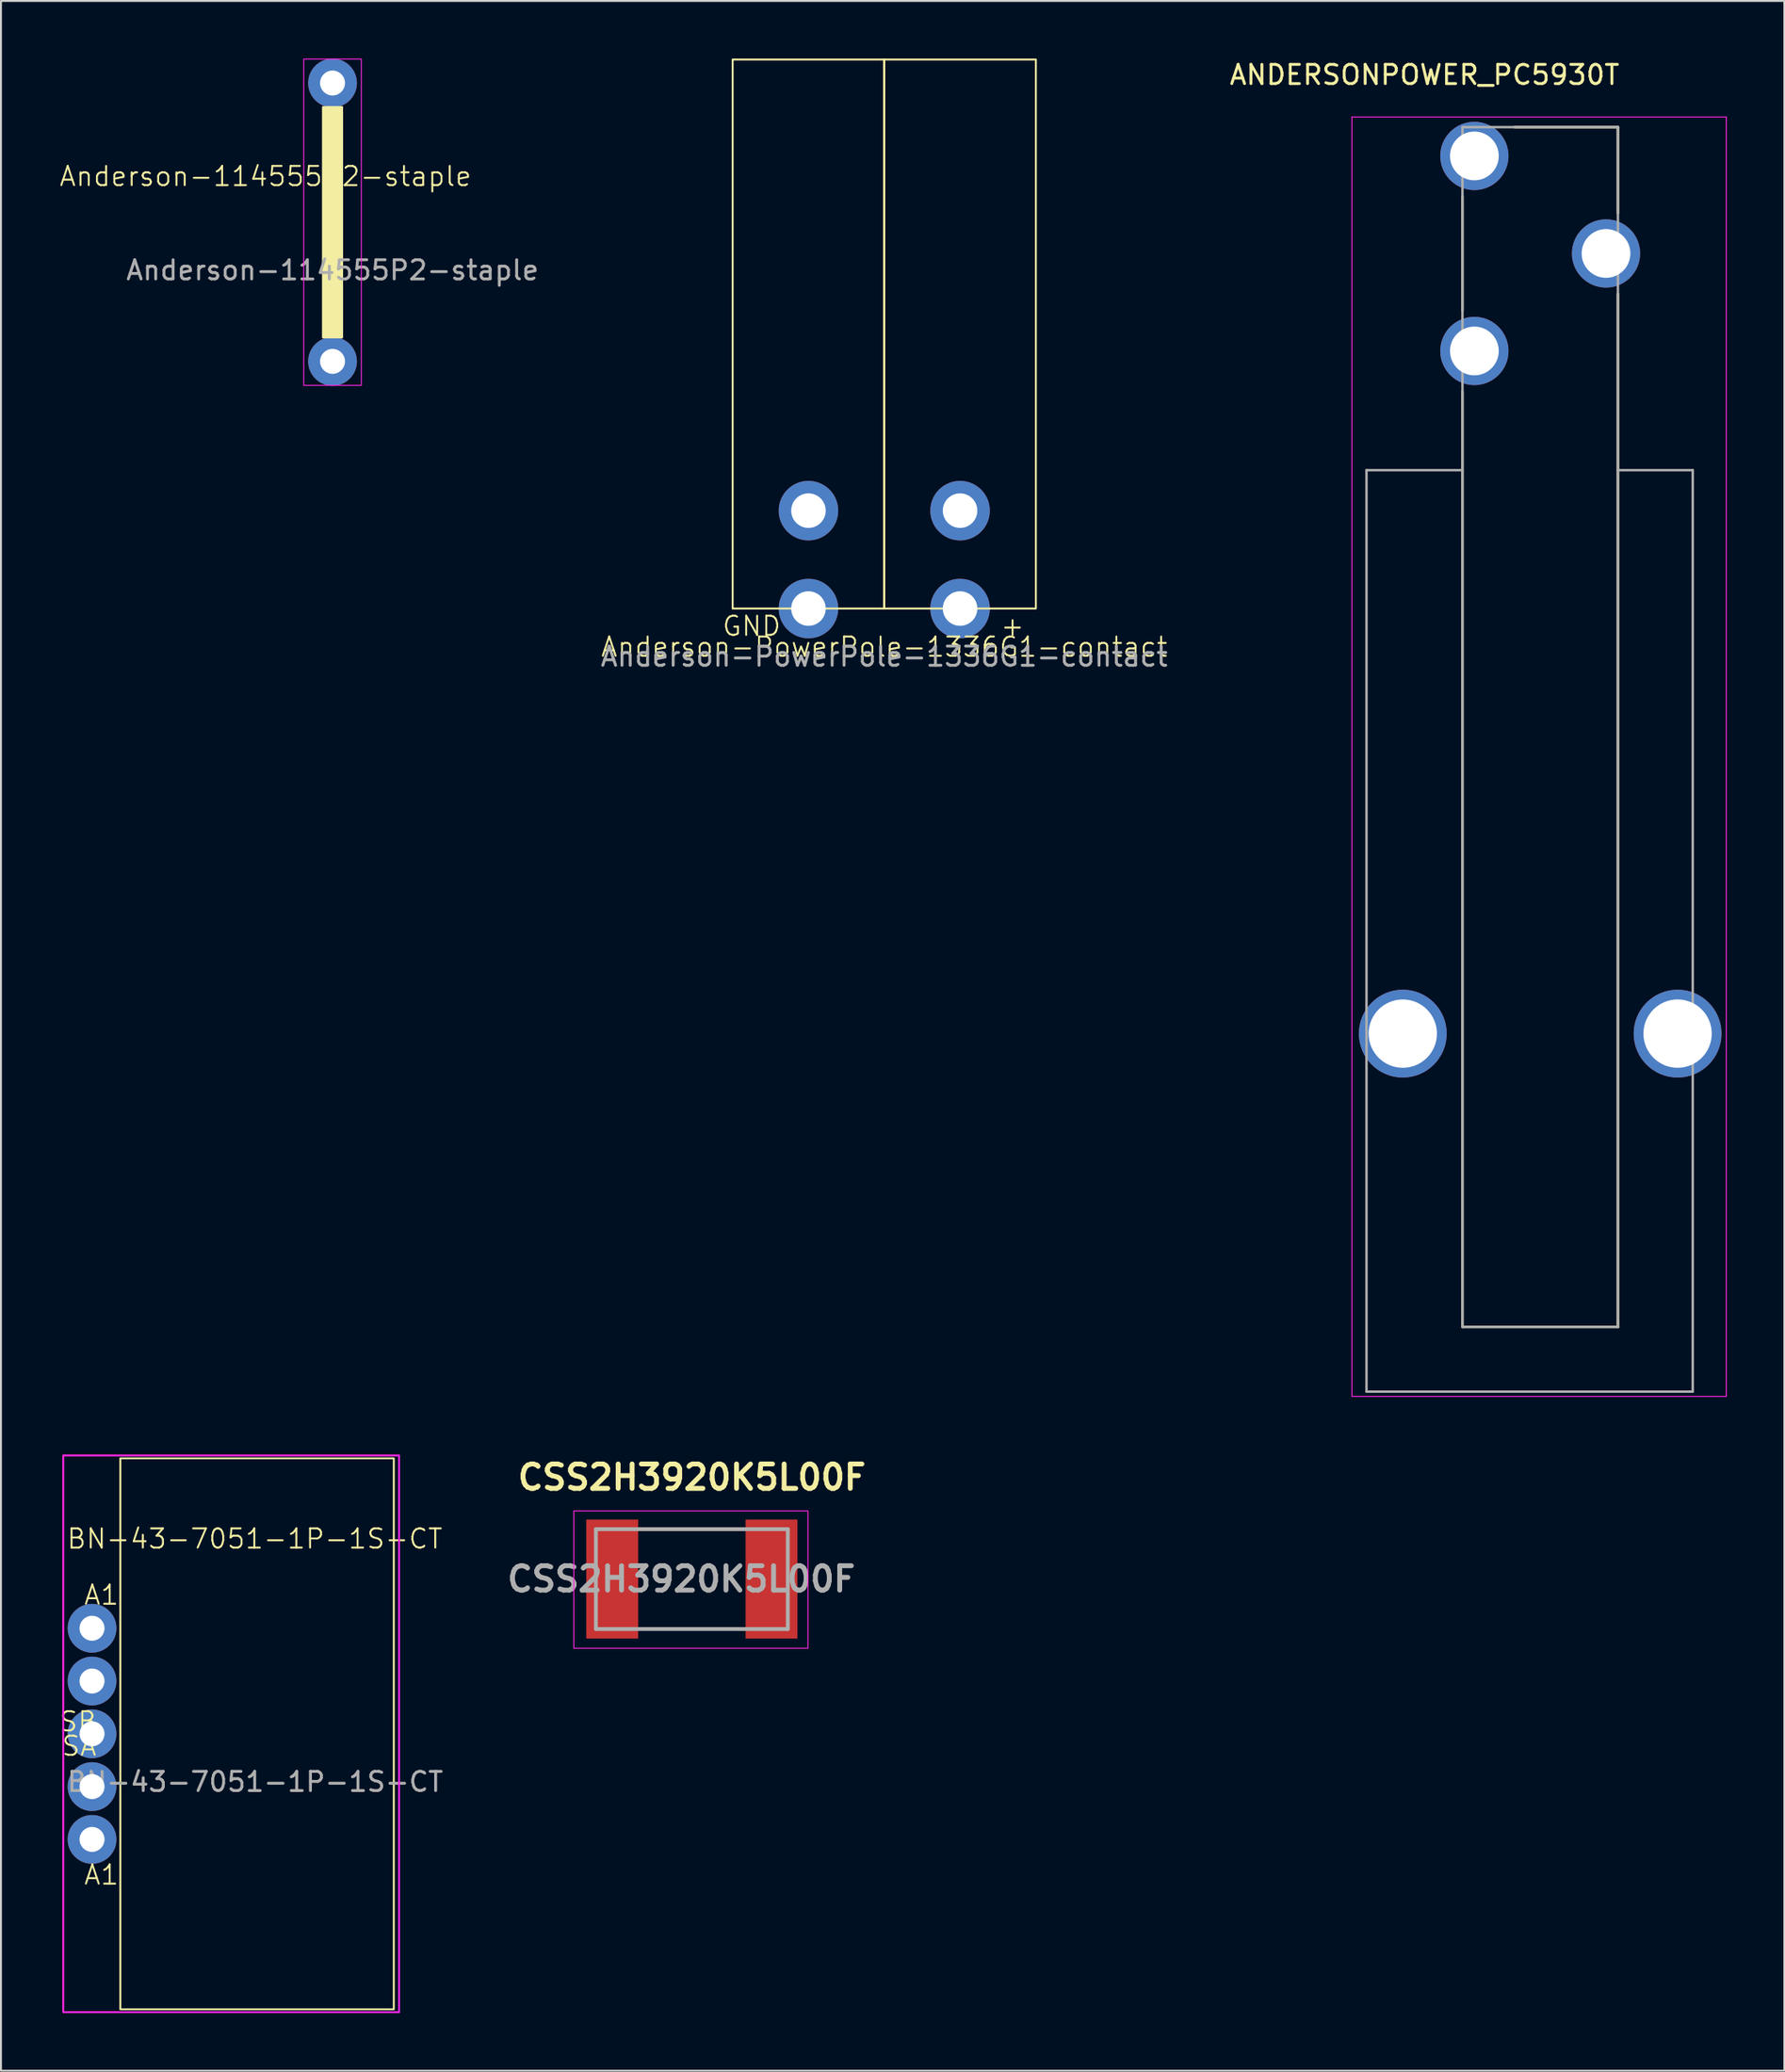
<source format=kicad_pcb>
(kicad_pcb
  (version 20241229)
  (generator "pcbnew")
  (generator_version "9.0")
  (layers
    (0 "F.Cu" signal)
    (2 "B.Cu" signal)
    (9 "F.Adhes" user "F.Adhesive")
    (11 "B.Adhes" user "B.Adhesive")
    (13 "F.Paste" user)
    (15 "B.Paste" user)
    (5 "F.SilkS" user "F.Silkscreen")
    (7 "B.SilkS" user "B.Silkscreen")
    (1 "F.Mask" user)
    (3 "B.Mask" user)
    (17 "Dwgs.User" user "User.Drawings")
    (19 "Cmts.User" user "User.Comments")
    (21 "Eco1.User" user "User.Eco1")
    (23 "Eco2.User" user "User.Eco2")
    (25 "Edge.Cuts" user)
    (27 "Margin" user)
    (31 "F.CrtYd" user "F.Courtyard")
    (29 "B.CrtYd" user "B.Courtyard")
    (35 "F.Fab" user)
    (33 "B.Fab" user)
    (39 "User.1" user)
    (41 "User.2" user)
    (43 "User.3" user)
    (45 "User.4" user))
  (footprint "BN-43-7051-1P-1S-CT"
    (layer "F.Cu")
    (at 10.246 87.268)
    (property "Reference" "BN-43-7051-1P-1S-CT" (at -0.02 -10.16 0) (unlocked yes) (layer "F.SilkS") (effects (font (size 1 1) (thickness 0.1))))
    (attr through_hole)
    (fp_rect (start -7.025 -14.35) (end 7.225 14.35) (stroke (width 0.1) (type solid)) (fill no) (layer "F.SilkS"))
    (fp_rect (start -10 -14.5) (end 7.5 14.5) (stroke (width 0.1) (type solid)) (fill no) (layer "F.CrtYd"))
    (fp_text user "SB" (at -9.22 -0.05 0) (unlocked yes) (layer "F.SilkS") (effects (font (size 1 1) (thickness 0.1)) (justify bottom)))
    (fp_text user "A1" (at -8.01 -6.65 0) (unlocked yes) (layer "F.SilkS") (effects (font (size 1 1) (thickness 0.1)) (justify bottom)))
    (fp_text user "SA" (at -9.17 1.22 0) (unlocked yes) (layer "F.SilkS") (effects (font (size 1 1) (thickness 0.1)) (justify bottom)))
    (fp_text user "A1" (at -8.01 7.93 0) (unlocked yes) (layer "F.SilkS") (effects (font (size 1 1) (thickness 0.1)) (justify bottom)))
    (fp_text user "${REFERENCE}" (at 0 2.5 0) (unlocked yes) (layer "F.Fab") (effects (font (size 1 1) (thickness 0.15))))
    (pad "1" thru_hole circle (at -8.5 5.5) (size 2.54 2.54) (drill 1.3) (layers "*.Cu" "*.Mask"))
    (pad "2" thru_hole circle (at -8.5 -5.5) (size 2.54 2.54) (drill 1.3) (layers "*.Cu" "*.Mask"))
    (pad "3" thru_hole circle (at -8.5 2.75) (size 2.54 2.54) (drill 1.3) (layers "*.Cu" "*.Mask"))
    (pad "4" thru_hole circle (at -8.5 0) (size 2.54 2.54) (drill 1.3) (layers "*.Cu" "*.Mask"))
    (pad "5" thru_hole circle (at -8.5 -2.75) (size 2.54 2.54) (drill 1.3) (layers "*.Cu" "*.Mask")))
  (footprint "CSS2H3920K5L00F"
    (layer "F.Cu")
    (at 33.002 79.207)
    (property "Reference" "CSS2H3920K5L00F" (at 0 -5.3 0) (layer "F.SilkS") (effects (font (size 1.27 1.27) (thickness 0.254))))
    (attr smd)
    (fp_line (start -2.25 -2.6) (end -2.25 -2.6) (stroke (width 0.1) (type solid)) (layer "F.SilkS"))
    (fp_line (start -2.25 -2.6) (end 2.25 -2.6) (stroke (width 0.1) (type solid)) (layer "F.SilkS"))
    (fp_line (start -2.25 2.6) (end -2.25 2.6) (stroke (width 0.1) (type solid)) (layer "F.SilkS"))
    (fp_line (start -2.25 2.6) (end 2.25 2.6) (stroke (width 0.1) (type solid)) (layer "F.SilkS"))
    (fp_line (start 2.25 -2.6) (end -2.25 -2.6) (stroke (width 0.1) (type solid)) (layer "F.SilkS"))
    (fp_line (start 2.25 -2.6) (end 2.25 -2.6) (stroke (width 0.1) (type solid)) (layer "F.SilkS"))
    (fp_line (start 2.25 2.6) (end -2.25 2.6) (stroke (width 0.1) (type solid)) (layer "F.SilkS"))
    (fp_line (start 2.25 2.6) (end 2.25 2.6) (stroke (width 0.1) (type solid)) (layer "F.SilkS"))
    (fp_rect (start -6.15 -3.55) (end 6.05 3.6) (stroke (width 0.05) (type default)) (fill no) (layer "F.CrtYd"))
    (fp_line (start -5 -2.6) (end -5 2.6) (stroke (width 0.2) (type solid)) (layer "F.Fab"))
    (fp_line (start -5 2.6) (end 5 2.6) (stroke (width 0.2) (type solid)) (layer "F.Fab"))
    (fp_line (start 5 -2.6) (end -5 -2.6) (stroke (width 0.2) (type solid)) (layer "F.Fab"))
    (fp_line (start 5 2.6) (end 5 -2.6) (stroke (width 0.2) (type solid)) (layer "F.Fab"))
    (fp_text user "${REFERENCE}" (at -0.55 0 0) (layer "F.Fab") (effects (font (size 1.27 1.27) (thickness 0.254))))
    (pad "1" smd rect (at -4.15 0) (size 2.7 6.2) (layers "F.Cu" "F.Mask" "F.Paste"))
    (pad "2" smd rect (at 4.15 0) (size 2.7 6.2) (layers "F.Cu" "F.Mask" "F.Paste")))
  (footprint "ANDERSONPOWER_PC5930T"
    (layer "F.Cu")
    (at 77.208 34.823)
    (property "Reference" "ANDERSONPOWER_PC5930T" (at -6.025 -33.975 0) (layer "F.SilkS") (effects (font (size 1 1) (thickness 0.15))))
    (attr through_hole)
    (fp_line (start -4.05 -27.652) (end -4.05 -21.688) (stroke (width 0.127) (type solid)) (layer "F.SilkS"))
    (fp_line (start -4.05 31.25) (end -4.05 -17.492) (stroke (width 0.127) (type solid)) (layer "F.SilkS"))
    (fp_line (start -1.332 -31.25) (end 4.05 -31.25) (stroke (width 0.127) (type solid)) (layer "F.SilkS"))
    (fp_line (start 4.05 -31.25) (end 4.05 -26.768) (stroke (width 0.127) (type solid)) (layer "F.SilkS"))
    (fp_line (start 4.05 -22.572) (end 4.05 31.25) (stroke (width 0.127) (type solid)) (layer "F.SilkS"))
    (fp_line (start 4.05 31.25) (end -4.05 31.25) (stroke (width 0.127) (type solid)) (layer "F.SilkS"))
    (fp_line (start -9.81 -31.778) (end -9.81 34.87) (stroke (width 0.05) (type solid)) (layer "F.CrtYd"))
    (fp_line (start -9.81 34.87) (end 9.698 34.87) (stroke (width 0.05) (type solid)) (layer "F.CrtYd"))
    (fp_line (start 9.698 -31.778) (end -9.81 -31.778) (stroke (width 0.05) (type solid)) (layer "F.CrtYd"))
    (fp_line (start 9.698 34.87) (end 9.698 -31.778) (stroke (width 0.05) (type solid)) (layer "F.CrtYd"))
    (fp_line (start -9.05 -13.38) (end -4.05 -13.38) (stroke (width 0.127) (type solid)) (layer "F.Fab"))
    (fp_line (start -9.05 34.62) (end -9.05 -13.38) (stroke (width 0.127) (type solid)) (layer "F.Fab"))
    (fp_line (start -4.05 -31.25) (end 4.05 -31.25) (stroke (width 0.127) (type solid)) (layer "F.Fab"))
    (fp_line (start -4.05 -13.38) (end -4.05 -31.25) (stroke (width 0.127) (type solid)) (layer "F.Fab"))
    (fp_line (start -4.05 31.25) (end -4.05 -13.38) (stroke (width 0.127) (type solid)) (layer "F.Fab"))
    (fp_line (start 4.05 -31.25) (end 4.05 -13.38) (stroke (width 0.127) (type solid)) (layer "F.Fab"))
    (fp_line (start 4.05 -13.38) (end 4.05 31.25) (stroke (width 0.127) (type solid)) (layer "F.Fab"))
    (fp_line (start 4.05 31.25) (end -4.05 31.25) (stroke (width 0.127) (type solid)) (layer "F.Fab"))
    (fp_line (start 7.95 -13.38) (end 4.05 -13.38) (stroke (width 0.127) (type solid)) (layer "F.Fab"))
    (fp_line (start 7.95 -13.38) (end 7.95 34.62) (stroke (width 0.127) (type solid)) (layer "F.Fab"))
    (fp_line (start 7.95 34.62) (end -9.05 34.62) (stroke (width 0.127) (type solid)) (layer "F.Fab"))
    (pad "1_1" thru_hole circle (at -3.43 -29.75) (size 3.556 3.556) (drill 2.54) (layers "*.Cu" "*.Mask"))
    (pad "1_2" thru_hole circle (at 3.43 -24.67) (size 3.556 3.556) (drill 2.54) (layers "*.Cu" "*.Mask"))
    (pad "1_3" thru_hole circle (at -3.43 -19.59) (size 3.556 3.556) (drill 2.54) (layers "*.Cu" "*.Mask"))
    (pad "SH1" thru_hole circle (at 7.16 15.97) (size 4.576 4.576) (drill 3.56) (layers "*.Cu" "*.Mask"))
    (pad "SH2" thru_hole circle (at -7.16 15.97) (size 4.576 4.576) (drill 3.56) (layers "*.Cu" "*.Mask")))
  (footprint "Anderson-PowerPole-1336G1-contact"
    (layer "F.Cu")
    (at 43.028 28.65)
    (property "Reference" "Anderson-PowerPole-1336G1-contact" (at 0 2 0) (unlocked yes) (layer "F.SilkS") (effects (font (size 1 1) (thickness 0.1))))
    (attr through_hole)
    (fp_rect (start -7.9 -28.6) (end 0 0) (stroke (width 0.1) (type solid)) (fill no) (layer "F.SilkS"))
    (fp_rect (start 0 -28.6) (end 7.9 0) (stroke (width 0.1) (type solid)) (fill no) (layer "F.SilkS"))
    (fp_text user "+" (at 6 1.5 0) (unlocked yes) (layer "F.SilkS") (effects (font (size 1 1) (thickness 0.1)) (justify left bottom)))
    (fp_text user "GND" (at -8.5 1.5 0) (unlocked yes) (layer "F.SilkS") (effects (font (size 1 1) (thickness 0.1)) (justify left bottom)))
    (fp_text user "${REFERENCE}" (at 0 2.5 0) (unlocked yes) (layer "F.Fab") (effects (font (size 1 1) (thickness 0.15))))
    (pad "1" thru_hole circle (at 3.95 0) (size 3.1 3.1) (drill 1.8) (layers "*.Cu" "*.Mask"))
    (pad "2" thru_hole circle (at 3.95 -5.1) (size 3.1 3.1) (drill 1.8) (layers "*.Cu" "*.Mask"))
    (pad "3" thru_hole circle (at -3.95 0) (size 3.1 3.1) (drill 1.8) (layers "*.Cu" "*.Mask"))
    (pad "4" thru_hole circle (at -3.95 -5.1) (size 3.1 3.1) (drill 1.8) (layers "*.Cu" "*.Mask")))
  (footprint "Anderson-114555P2-staple"
    (layer "F.Cu")
    (at 14.278 8.525)
    (property "Reference" "Anderson-114555P2-staple" (at -3.49 -2.39 0) (unlocked yes) (layer "F.SilkS") (effects (font (size 1 1) (thickness 0.1))))
    (attr through_hole)
    (fp_rect (start -0.5 -6) (end 0.5 6) (stroke (width 0.1) (type solid)) (fill yes) (layer "F.SilkS"))
    (fp_rect (start -1.5 -8.5) (end 1.5 8.5) (stroke (width 0.05) (type default)) (fill no) (layer "F.CrtYd"))
    (fp_text user "${REFERENCE}" (at 0 2.5 0) (unlocked yes) (layer "F.Fab") (effects (font (size 1 1) (thickness 0.15))))
    (pad "1" thru_hole circle (at 0 -7.25) (size 2.54 2.54) (drill 1.3) (layers "*.Cu" "*.Mask"))
    (pad "2" thru_hole circle (at 0 7.25) (size 2.54 2.54) (drill 1.3) (layers "*.Cu" "*.Mask")))
  (gr_rect
    (start -3 -3)
    (end 89.931 104.818)
    (stroke (width 0.1) (type default))
    (fill no)
    (layer "Edge.Cuts")))
</source>
